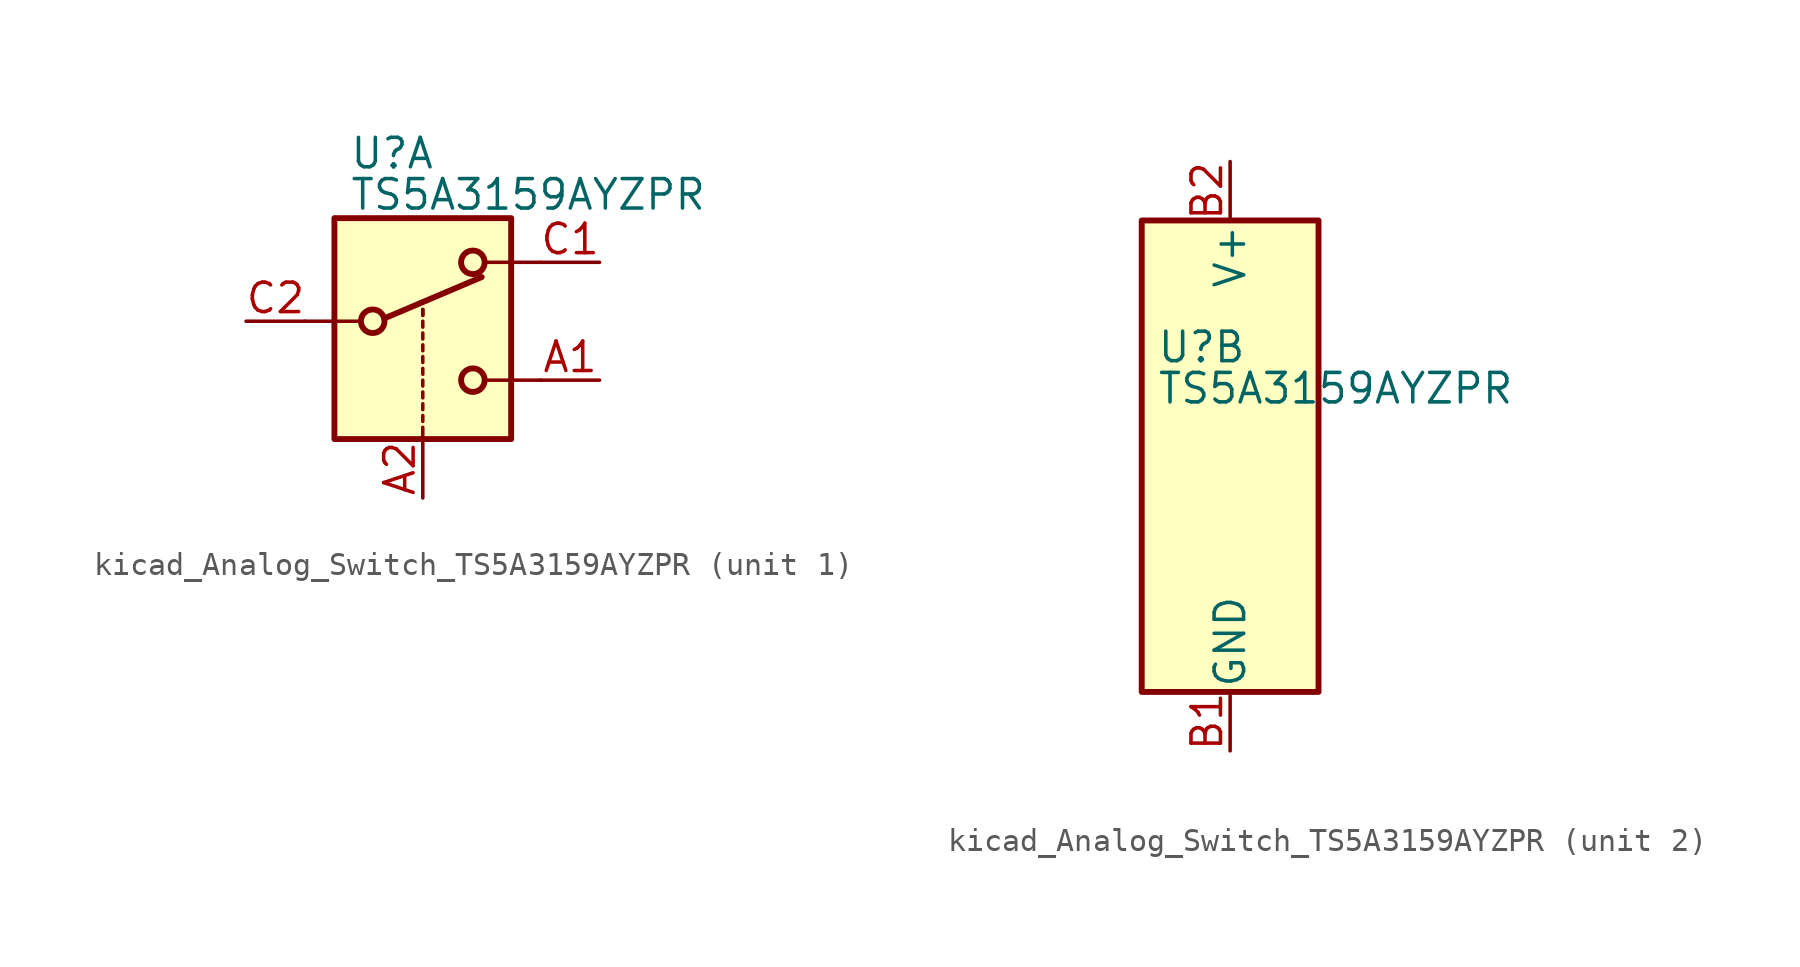
<source format=kicad_sym>
(kicad_symbol_lib
  (version 20220914)
  (generator kicad_symbol_editor)
  (symbol "kicad_Analog_Switch_TS5A3159AYZPR"
    (pin_names
      (offset 0.127))
    (property "Reference" "U"
      (at -3.175 4.699 0)
      (effects (font (size 1.27 1.27)) (justify left)))
    (property "Value" "TS5A3159AYZPR"
      (at -3.175 2.921 0)
      (effects (font (size 1.27 1.27)) (justify left)))
    (symbol "kicad_Analog_Switch_TS5A3159AYZPR_1_1"
      (rectangle (start -3.81 1.905) (end 3.81 -7.62) (stroke (width 0.254) (type default)) (fill (type background)))
      (circle (center -2.159 -2.54) (radius 0.508) (stroke (width 0.254) (type default)) (fill (type none)))
      (polyline (pts (xy -5.08 -2.54) (xy -2.794 -2.54)) (stroke (width 0) (type default)) (fill (type none)))
      (polyline (pts (xy -1.651 -2.413) (xy 2.54 -0.635)) (stroke (width 0.254) (type default)) (fill (type none)))
      (polyline (pts (xy 0 -7.62) (xy 0 -7.112)) (stroke (width 0) (type default)) (fill (type none)))
      (polyline (pts (xy 0 -6.858) (xy 0 -6.604)) (stroke (width 0) (type default)) (fill (type none)))
      (polyline (pts (xy 0 -6.35) (xy 0 -6.096)) (stroke (width 0) (type default)) (fill (type none)))
      (polyline (pts (xy 0 -5.842) (xy 0 -5.588)) (stroke (width 0) (type default)) (fill (type none)))
      (polyline (pts (xy 0 -5.334) (xy 0 -5.08)) (stroke (width 0) (type default)) (fill (type none)))
      (polyline (pts (xy 0 -4.826) (xy 0 -4.572)) (stroke (width 0) (type default)) (fill (type none)))
      (polyline (pts (xy 0 -4.318) (xy 0 -4.064)) (stroke (width 0) (type default)) (fill (type none)))
      (polyline (pts (xy 0 -3.81) (xy 0 -3.556)) (stroke (width 0) (type default)) (fill (type none)))
      (polyline (pts (xy 0 -3.302) (xy 0 -3.048)) (stroke (width 0) (type default)) (fill (type none)))
      (polyline (pts (xy 0 -2.794) (xy 0 -2.54)) (stroke (width 0) (type default)) (fill (type none)))
      (polyline (pts (xy 0 -2.286) (xy 0 -2.032)) (stroke (width 0) (type default)) (fill (type none)))
      (polyline (pts (xy 0 -2.286) (xy 0 -2.032)) (stroke (width 0) (type default)) (fill (type none)))
      (polyline (pts (xy 5.08 -5.08) (xy 2.794 -5.08)) (stroke (width 0) (type default)) (fill (type none)))
      (polyline (pts (xy 5.08 0) (xy 2.794 0)) (stroke (width 0) (type default)) (fill (type none)))
      (circle (center 2.159 -5.08) (radius 0.508) (stroke (width 0.254) (type default)) (fill (type none)))
      (circle (center 2.159 0) (radius 0.508) (stroke (width 0.254) (type default)) (fill (type none)))
      (pin passive line (at 7.62 -5.08 180) (length 2.54) (name "~" (effects (font (size 1.27 1.27)))) (number "A1" (effects (font (size 1.27 1.27)))))
      (pin input line (at 0 -10.16 90) (length 2.54) (name "~" (effects (font (size 1.27 1.27)))) (number "A2" (effects (font (size 1.27 1.27)))))
      (pin passive line (at 7.62 0 180) (length 2.54) (name "~" (effects (font (size 1.27 1.27)))) (number "C1" (effects (font (size 1.27 1.27)))))
      (pin passive line (at -7.62 -2.54 0) (length 2.54) (name "~" (effects (font (size 1.27 1.27)))) (number "C2" (effects (font (size 1.27 1.27))))))
    (symbol "kicad_Analog_Switch_TS5A3159AYZPR_2_0"
      (pin power_in line (at 0 -12.7 90) (length 2.54) (name "GND" (effects (font (size 1.27 1.27)))) (number "B1" (effects (font (size 1.27 1.27)))))
      (pin power_in line (at 0 12.7 270) (length 2.54) (name "V+" (effects (font (size 1.27 1.27)))) (number "B2" (effects (font (size 1.27 1.27))))))
    (symbol "kicad_Analog_Switch_TS5A3159AYZPR_2_1"
      (rectangle (start -3.81 10.16) (end 3.81 -10.16) (stroke (width 0.254) (type default)) (fill (type background))))))
</source>
